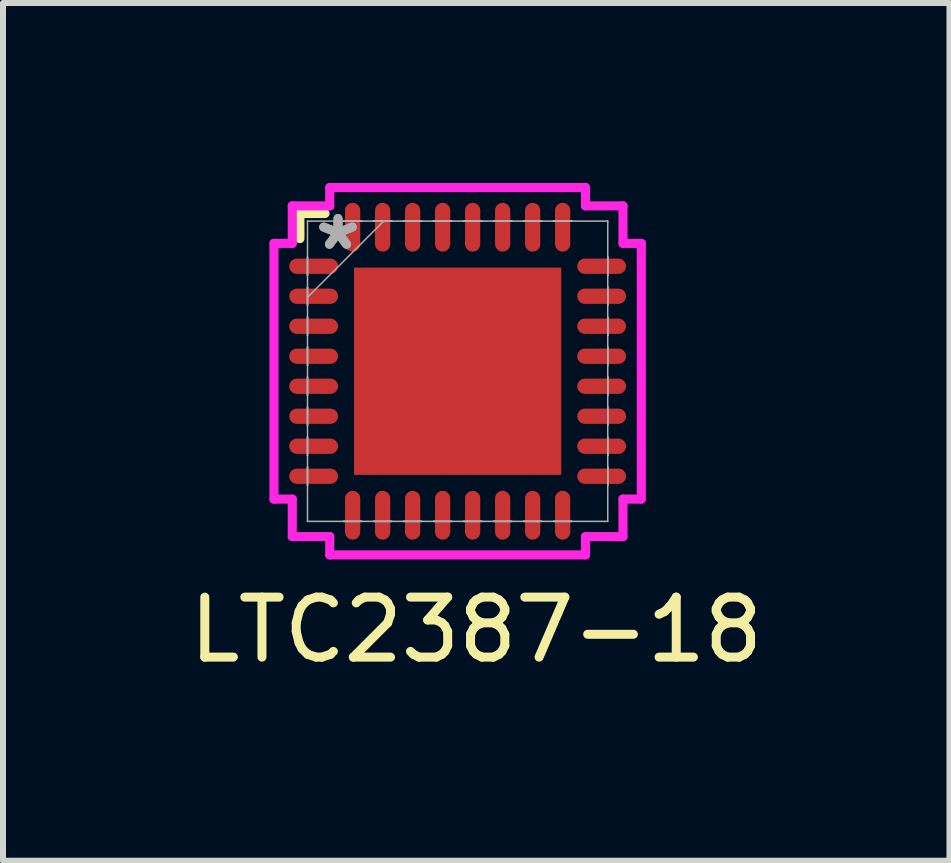
<source format=kicad_pcb>
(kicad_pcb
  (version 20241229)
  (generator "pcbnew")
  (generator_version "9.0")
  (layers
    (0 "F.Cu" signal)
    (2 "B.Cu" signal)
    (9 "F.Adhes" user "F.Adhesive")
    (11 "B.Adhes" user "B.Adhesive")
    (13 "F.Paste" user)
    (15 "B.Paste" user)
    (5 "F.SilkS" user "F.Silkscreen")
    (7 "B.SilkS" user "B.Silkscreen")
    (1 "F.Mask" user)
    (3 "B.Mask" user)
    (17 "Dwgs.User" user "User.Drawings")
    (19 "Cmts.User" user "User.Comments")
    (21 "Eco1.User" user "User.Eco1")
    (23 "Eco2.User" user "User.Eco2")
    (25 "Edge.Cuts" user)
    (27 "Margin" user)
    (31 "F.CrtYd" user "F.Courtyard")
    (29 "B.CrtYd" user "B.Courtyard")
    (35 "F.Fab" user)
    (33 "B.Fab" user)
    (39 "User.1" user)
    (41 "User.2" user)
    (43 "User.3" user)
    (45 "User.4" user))
  (footprint "LTC2387-18"
    (layer "F.Cu")
    (at 4.577 3.137)
    (property "Reference" "LTC2387-18" (at 0.31 4.31 0) (unlocked yes) (layer "F.SilkS") (effects (font (size 1 1) (thickness 0.15))))
    (attr smd)
    (fp_line (start -2.629 -2.629) (end -2.629 -2.21) (stroke (width 0.152) (type solid)) (layer "F.SilkS"))
    (fp_line (start -2.21 -2.629) (end -2.629 -2.629) (stroke (width 0.152) (type solid)) (layer "F.SilkS"))
    (fp_poly (pts (xy -1.627 -1.627) (xy -1.627 -0.1) (xy -0.1 -0.1) (xy -0.1 -1.627)) (stroke (width 0) (type solid)) (fill yes) (layer "F.Paste"))
    (fp_poly (pts (xy -1.627 0.1) (xy -1.627 1.627) (xy -0.1 1.627) (xy -0.1 0.1)) (stroke (width 0) (type solid)) (fill yes) (layer "F.Paste"))
    (fp_poly (pts (xy 0.1 -1.627) (xy 0.1 -0.1) (xy 1.627 -0.1) (xy 1.627 -1.627)) (stroke (width 0) (type solid)) (fill yes) (layer "F.Paste"))
    (fp_poly (pts (xy 0.1 0.1) (xy 0.1 1.627) (xy 1.627 1.627) (xy 1.627 0.1)) (stroke (width 0) (type solid)) (fill yes) (layer "F.Paste"))
    (fp_line (start -3.061 -2.131) (end -2.756 -2.131) (stroke (width 0.152) (type solid)) (layer "F.CrtYd"))
    (fp_line (start -3.061 2.131) (end -3.061 -2.131) (stroke (width 0.152) (type solid)) (layer "F.CrtYd"))
    (fp_line (start -2.756 -2.756) (end -2.131 -2.756) (stroke (width 0.152) (type solid)) (layer "F.CrtYd"))
    (fp_line (start -2.756 -2.131) (end -2.756 -2.756) (stroke (width 0.152) (type solid)) (layer "F.CrtYd"))
    (fp_line (start -2.756 2.131) (end -3.061 2.131) (stroke (width 0.152) (type solid)) (layer "F.CrtYd"))
    (fp_line (start -2.756 2.756) (end -2.756 2.131) (stroke (width 0.152) (type solid)) (layer "F.CrtYd"))
    (fp_line (start -2.131 -3.061) (end 2.131 -3.061) (stroke (width 0.152) (type solid)) (layer "F.CrtYd"))
    (fp_line (start -2.131 -2.756) (end -2.131 -3.061) (stroke (width 0.152) (type solid)) (layer "F.CrtYd"))
    (fp_line (start -2.131 2.756) (end -2.756 2.756) (stroke (width 0.152) (type solid)) (layer "F.CrtYd"))
    (fp_line (start -2.131 3.061) (end -2.131 2.756) (stroke (width 0.152) (type solid)) (layer "F.CrtYd"))
    (fp_line (start 2.131 -3.061) (end 2.131 -2.756) (stroke (width 0.152) (type solid)) (layer "F.CrtYd"))
    (fp_line (start 2.131 -2.756) (end 2.756 -2.756) (stroke (width 0.152) (type solid)) (layer "F.CrtYd"))
    (fp_line (start 2.131 2.756) (end 2.131 3.061) (stroke (width 0.152) (type solid)) (layer "F.CrtYd"))
    (fp_line (start 2.131 3.061) (end -2.131 3.061) (stroke (width 0.152) (type solid)) (layer "F.CrtYd"))
    (fp_line (start 2.756 -2.756) (end 2.756 -2.131) (stroke (width 0.152) (type solid)) (layer "F.CrtYd"))
    (fp_line (start 2.756 -2.131) (end 3.061 -2.131) (stroke (width 0.152) (type solid)) (layer "F.CrtYd"))
    (fp_line (start 2.756 2.131) (end 2.756 2.756) (stroke (width 0.152) (type solid)) (layer "F.CrtYd"))
    (fp_line (start 2.756 2.756) (end 2.131 2.756) (stroke (width 0.152) (type solid)) (layer "F.CrtYd"))
    (fp_line (start 3.061 -2.131) (end 3.061 2.131) (stroke (width 0.152) (type solid)) (layer "F.CrtYd"))
    (fp_line (start 3.061 2.131) (end 2.756 2.131) (stroke (width 0.152) (type solid)) (layer "F.CrtYd"))
    (fp_line (start -2.502 -2.502) (end -2.502 -2.502) (stroke (width 0.025) (type solid)) (layer "F.Fab"))
    (fp_line (start -2.502 -2.502) (end -2.502 2.502) (stroke (width 0.025) (type solid)) (layer "F.Fab"))
    (fp_line (start -2.502 -1.902) (end -2.502 -1.902) (stroke (width 0.025) (type solid)) (layer "F.Fab"))
    (fp_line (start -2.502 -1.902) (end -2.502 -1.598) (stroke (width 0.025) (type solid)) (layer "F.Fab"))
    (fp_line (start -2.502 -1.598) (end -2.502 -1.902) (stroke (width 0.025) (type solid)) (layer "F.Fab"))
    (fp_line (start -2.502 -1.598) (end -2.502 -1.598) (stroke (width 0.025) (type solid)) (layer "F.Fab"))
    (fp_line (start -2.502 -1.402) (end -2.502 -1.402) (stroke (width 0.025) (type solid)) (layer "F.Fab"))
    (fp_line (start -2.502 -1.402) (end -2.502 -1.098) (stroke (width 0.025) (type solid)) (layer "F.Fab"))
    (fp_line (start -2.502 -1.232) (end -1.232 -2.502) (stroke (width 0.025) (type solid)) (layer "F.Fab"))
    (fp_line (start -2.502 -1.098) (end -2.502 -1.402) (stroke (width 0.025) (type solid)) (layer "F.Fab"))
    (fp_line (start -2.502 -1.098) (end -2.502 -1.098) (stroke (width 0.025) (type solid)) (layer "F.Fab"))
    (fp_line (start -2.502 -0.902) (end -2.502 -0.902) (stroke (width 0.025) (type solid)) (layer "F.Fab"))
    (fp_line (start -2.502 -0.902) (end -2.502 -0.598) (stroke (width 0.025) (type solid)) (layer "F.Fab"))
    (fp_line (start -2.502 -0.598) (end -2.502 -0.902) (stroke (width 0.025) (type solid)) (layer "F.Fab"))
    (fp_line (start -2.502 -0.598) (end -2.502 -0.598) (stroke (width 0.025) (type solid)) (layer "F.Fab"))
    (fp_line (start -2.502 -0.402) (end -2.502 -0.402) (stroke (width 0.025) (type solid)) (layer "F.Fab"))
    (fp_line (start -2.502 -0.402) (end -2.502 -0.098) (stroke (width 0.025) (type solid)) (layer "F.Fab"))
    (fp_line (start -2.502 -0.098) (end -2.502 -0.402) (stroke (width 0.025) (type solid)) (layer "F.Fab"))
    (fp_line (start -2.502 -0.098) (end -2.502 -0.098) (stroke (width 0.025) (type solid)) (layer "F.Fab"))
    (fp_line (start -2.502 0.098) (end -2.502 0.098) (stroke (width 0.025) (type solid)) (layer "F.Fab"))
    (fp_line (start -2.502 0.098) (end -2.502 0.402) (stroke (width 0.025) (type solid)) (layer "F.Fab"))
    (fp_line (start -2.502 0.402) (end -2.502 0.098) (stroke (width 0.025) (type solid)) (layer "F.Fab"))
    (fp_line (start -2.502 0.402) (end -2.502 0.402) (stroke (width 0.025) (type solid)) (layer "F.Fab"))
    (fp_line (start -2.502 0.598) (end -2.502 0.598) (stroke (width 0.025) (type solid)) (layer "F.Fab"))
    (fp_line (start -2.502 0.598) (end -2.502 0.902) (stroke (width 0.025) (type solid)) (layer "F.Fab"))
    (fp_line (start -2.502 0.902) (end -2.502 0.598) (stroke (width 0.025) (type solid)) (layer "F.Fab"))
    (fp_line (start -2.502 0.902) (end -2.502 0.902) (stroke (width 0.025) (type solid)) (layer "F.Fab"))
    (fp_line (start -2.502 1.098) (end -2.502 1.098) (stroke (width 0.025) (type solid)) (layer "F.Fab"))
    (fp_line (start -2.502 1.098) (end -2.502 1.402) (stroke (width 0.025) (type solid)) (layer "F.Fab"))
    (fp_line (start -2.502 1.402) (end -2.502 1.098) (stroke (width 0.025) (type solid)) (layer "F.Fab"))
    (fp_line (start -2.502 1.402) (end -2.502 1.402) (stroke (width 0.025) (type solid)) (layer "F.Fab"))
    (fp_line (start -2.502 1.598) (end -2.502 1.598) (stroke (width 0.025) (type solid)) (layer "F.Fab"))
    (fp_line (start -2.502 1.598) (end -2.502 1.902) (stroke (width 0.025) (type solid)) (layer "F.Fab"))
    (fp_line (start -2.502 1.902) (end -2.502 1.598) (stroke (width 0.025) (type solid)) (layer "F.Fab"))
    (fp_line (start -2.502 1.902) (end -2.502 1.902) (stroke (width 0.025) (type solid)) (layer "F.Fab"))
    (fp_line (start -2.502 2.502) (end -2.502 2.502) (stroke (width 0.025) (type solid)) (layer "F.Fab"))
    (fp_line (start -2.502 2.502) (end 2.502 2.502) (stroke (width 0.025) (type solid)) (layer "F.Fab"))
    (fp_line (start -1.902 -2.502) (end -1.902 -2.502) (stroke (width 0.025) (type solid)) (layer "F.Fab"))
    (fp_line (start -1.902 -2.502) (end -1.598 -2.502) (stroke (width 0.025) (type solid)) (layer "F.Fab"))
    (fp_line (start -1.902 2.502) (end -1.902 2.502) (stroke (width 0.025) (type solid)) (layer "F.Fab"))
    (fp_line (start -1.902 2.502) (end -1.598 2.502) (stroke (width 0.025) (type solid)) (layer "F.Fab"))
    (fp_line (start -1.598 -2.502) (end -1.902 -2.502) (stroke (width 0.025) (type solid)) (layer "F.Fab"))
    (fp_line (start -1.598 -2.502) (end -1.598 -2.502) (stroke (width 0.025) (type solid)) (layer "F.Fab"))
    (fp_line (start -1.598 2.502) (end -1.902 2.502) (stroke (width 0.025) (type solid)) (layer "F.Fab"))
    (fp_line (start -1.598 2.502) (end -1.598 2.502) (stroke (width 0.025) (type solid)) (layer "F.Fab"))
    (fp_line (start -1.402 -2.502) (end -1.402 -2.502) (stroke (width 0.025) (type solid)) (layer "F.Fab"))
    (fp_line (start -1.402 -2.502) (end -1.098 -2.502) (stroke (width 0.025) (type solid)) (layer "F.Fab"))
    (fp_line (start -1.402 2.502) (end -1.402 2.502) (stroke (width 0.025) (type solid)) (layer "F.Fab"))
    (fp_line (start -1.402 2.502) (end -1.098 2.502) (stroke (width 0.025) (type solid)) (layer "F.Fab"))
    (fp_line (start -1.098 -2.502) (end -1.402 -2.502) (stroke (width 0.025) (type solid)) (layer "F.Fab"))
    (fp_line (start -1.098 -2.502) (end -1.098 -2.502) (stroke (width 0.025) (type solid)) (layer "F.Fab"))
    (fp_line (start -1.098 2.502) (end -1.402 2.502) (stroke (width 0.025) (type solid)) (layer "F.Fab"))
    (fp_line (start -1.098 2.502) (end -1.098 2.502) (stroke (width 0.025) (type solid)) (layer "F.Fab"))
    (fp_line (start -0.902 -2.502) (end -0.902 -2.502) (stroke (width 0.025) (type solid)) (layer "F.Fab"))
    (fp_line (start -0.902 -2.502) (end -0.598 -2.502) (stroke (width 0.025) (type solid)) (layer "F.Fab"))
    (fp_line (start -0.902 2.502) (end -0.902 2.502) (stroke (width 0.025) (type solid)) (layer "F.Fab"))
    (fp_line (start -0.902 2.502) (end -0.598 2.502) (stroke (width 0.025) (type solid)) (layer "F.Fab"))
    (fp_line (start -0.598 -2.502) (end -0.902 -2.502) (stroke (width 0.025) (type solid)) (layer "F.Fab"))
    (fp_line (start -0.598 -2.502) (end -0.598 -2.502) (stroke (width 0.025) (type solid)) (layer "F.Fab"))
    (fp_line (start -0.598 2.502) (end -0.902 2.502) (stroke (width 0.025) (type solid)) (layer "F.Fab"))
    (fp_line (start -0.598 2.502) (end -0.598 2.502) (stroke (width 0.025) (type solid)) (layer "F.Fab"))
    (fp_line (start -0.402 -2.502) (end -0.402 -2.502) (stroke (width 0.025) (type solid)) (layer "F.Fab"))
    (fp_line (start -0.402 -2.502) (end -0.098 -2.502) (stroke (width 0.025) (type solid)) (layer "F.Fab"))
    (fp_line (start -0.402 2.502) (end -0.402 2.502) (stroke (width 0.025) (type solid)) (layer "F.Fab"))
    (fp_line (start -0.402 2.502) (end -0.098 2.502) (stroke (width 0.025) (type solid)) (layer "F.Fab"))
    (fp_line (start -0.098 -2.502) (end -0.402 -2.502) (stroke (width 0.025) (type solid)) (layer "F.Fab"))
    (fp_line (start -0.098 -2.502) (end -0.098 -2.502) (stroke (width 0.025) (type solid)) (layer "F.Fab"))
    (fp_line (start -0.098 2.502) (end -0.402 2.502) (stroke (width 0.025) (type solid)) (layer "F.Fab"))
    (fp_line (start -0.098 2.502) (end -0.098 2.502) (stroke (width 0.025) (type solid)) (layer "F.Fab"))
    (fp_line (start 0.098 -2.502) (end 0.098 -2.502) (stroke (width 0.025) (type solid)) (layer "F.Fab"))
    (fp_line (start 0.098 -2.502) (end 0.402 -2.502) (stroke (width 0.025) (type solid)) (layer "F.Fab"))
    (fp_line (start 0.098 2.502) (end 0.098 2.502) (stroke (width 0.025) (type solid)) (layer "F.Fab"))
    (fp_line (start 0.098 2.502) (end 0.402 2.502) (stroke (width 0.025) (type solid)) (layer "F.Fab"))
    (fp_line (start 0.402 -2.502) (end 0.098 -2.502) (stroke (width 0.025) (type solid)) (layer "F.Fab"))
    (fp_line (start 0.402 -2.502) (end 0.402 -2.502) (stroke (width 0.025) (type solid)) (layer "F.Fab"))
    (fp_line (start 0.402 2.502) (end 0.098 2.502) (stroke (width 0.025) (type solid)) (layer "F.Fab"))
    (fp_line (start 0.402 2.502) (end 0.402 2.502) (stroke (width 0.025) (type solid)) (layer "F.Fab"))
    (fp_line (start 0.598 -2.502) (end 0.598 -2.502) (stroke (width 0.025) (type solid)) (layer "F.Fab"))
    (fp_line (start 0.598 -2.502) (end 0.902 -2.502) (stroke (width 0.025) (type solid)) (layer "F.Fab"))
    (fp_line (start 0.598 2.502) (end 0.598 2.502) (stroke (width 0.025) (type solid)) (layer "F.Fab"))
    (fp_line (start 0.598 2.502) (end 0.902 2.502) (stroke (width 0.025) (type solid)) (layer "F.Fab"))
    (fp_line (start 0.902 -2.502) (end 0.598 -2.502) (stroke (width 0.025) (type solid)) (layer "F.Fab"))
    (fp_line (start 0.902 -2.502) (end 0.902 -2.502) (stroke (width 0.025) (type solid)) (layer "F.Fab"))
    (fp_line (start 0.902 2.502) (end 0.598 2.502) (stroke (width 0.025) (type solid)) (layer "F.Fab"))
    (fp_line (start 0.902 2.502) (end 0.902 2.502) (stroke (width 0.025) (type solid)) (layer "F.Fab"))
    (fp_line (start 1.098 -2.502) (end 1.098 -2.502) (stroke (width 0.025) (type solid)) (layer "F.Fab"))
    (fp_line (start 1.098 -2.502) (end 1.402 -2.502) (stroke (width 0.025) (type solid)) (layer "F.Fab"))
    (fp_line (start 1.098 2.502) (end 1.098 2.502) (stroke (width 0.025) (type solid)) (layer "F.Fab"))
    (fp_line (start 1.098 2.502) (end 1.402 2.502) (stroke (width 0.025) (type solid)) (layer "F.Fab"))
    (fp_line (start 1.402 -2.502) (end 1.098 -2.502) (stroke (width 0.025) (type solid)) (layer "F.Fab"))
    (fp_line (start 1.402 -2.502) (end 1.402 -2.502) (stroke (width 0.025) (type solid)) (layer "F.Fab"))
    (fp_line (start 1.402 2.502) (end 1.098 2.502) (stroke (width 0.025) (type solid)) (layer "F.Fab"))
    (fp_line (start 1.402 2.502) (end 1.402 2.502) (stroke (width 0.025) (type solid)) (layer "F.Fab"))
    (fp_line (start 1.598 -2.502) (end 1.598 -2.502) (stroke (width 0.025) (type solid)) (layer "F.Fab"))
    (fp_line (start 1.598 -2.502) (end 1.902 -2.502) (stroke (width 0.025) (type solid)) (layer "F.Fab"))
    (fp_line (start 1.598 2.502) (end 1.598 2.502) (stroke (width 0.025) (type solid)) (layer "F.Fab"))
    (fp_line (start 1.598 2.502) (end 1.902 2.502) (stroke (width 0.025) (type solid)) (layer "F.Fab"))
    (fp_line (start 1.902 -2.502) (end 1.598 -2.502) (stroke (width 0.025) (type solid)) (layer "F.Fab"))
    (fp_line (start 1.902 -2.502) (end 1.902 -2.502) (stroke (width 0.025) (type solid)) (layer "F.Fab"))
    (fp_line (start 1.902 2.502) (end 1.598 2.502) (stroke (width 0.025) (type solid)) (layer "F.Fab"))
    (fp_line (start 1.902 2.502) (end 1.902 2.502) (stroke (width 0.025) (type solid)) (layer "F.Fab"))
    (fp_line (start 2.502 -2.502) (end -2.502 -2.502) (stroke (width 0.025) (type solid)) (layer "F.Fab"))
    (fp_line (start 2.502 -2.502) (end 2.502 -2.502) (stroke (width 0.025) (type solid)) (layer "F.Fab"))
    (fp_line (start 2.502 -1.902) (end 2.502 -1.902) (stroke (width 0.025) (type solid)) (layer "F.Fab"))
    (fp_line (start 2.502 -1.902) (end 2.502 -1.598) (stroke (width 0.025) (type solid)) (layer "F.Fab"))
    (fp_line (start 2.502 -1.598) (end 2.502 -1.902) (stroke (width 0.025) (type solid)) (layer "F.Fab"))
    (fp_line (start 2.502 -1.598) (end 2.502 -1.598) (stroke (width 0.025) (type solid)) (layer "F.Fab"))
    (fp_line (start 2.502 -1.402) (end 2.502 -1.402) (stroke (width 0.025) (type solid)) (layer "F.Fab"))
    (fp_line (start 2.502 -1.402) (end 2.502 -1.098) (stroke (width 0.025) (type solid)) (layer "F.Fab"))
    (fp_line (start 2.502 -1.098) (end 2.502 -1.402) (stroke (width 0.025) (type solid)) (layer "F.Fab"))
    (fp_line (start 2.502 -1.098) (end 2.502 -1.098) (stroke (width 0.025) (type solid)) (layer "F.Fab"))
    (fp_line (start 2.502 -0.902) (end 2.502 -0.902) (stroke (width 0.025) (type solid)) (layer "F.Fab"))
    (fp_line (start 2.502 -0.902) (end 2.502 -0.598) (stroke (width 0.025) (type solid)) (layer "F.Fab"))
    (fp_line (start 2.502 -0.598) (end 2.502 -0.902) (stroke (width 0.025) (type solid)) (layer "F.Fab"))
    (fp_line (start 2.502 -0.598) (end 2.502 -0.598) (stroke (width 0.025) (type solid)) (layer "F.Fab"))
    (fp_line (start 2.502 -0.402) (end 2.502 -0.402) (stroke (width 0.025) (type solid)) (layer "F.Fab"))
    (fp_line (start 2.502 -0.402) (end 2.502 -0.098) (stroke (width 0.025) (type solid)) (layer "F.Fab"))
    (fp_line (start 2.502 -0.098) (end 2.502 -0.402) (stroke (width 0.025) (type solid)) (layer "F.Fab"))
    (fp_line (start 2.502 -0.098) (end 2.502 -0.098) (stroke (width 0.025) (type solid)) (layer "F.Fab"))
    (fp_line (start 2.502 0.098) (end 2.502 0.098) (stroke (width 0.025) (type solid)) (layer "F.Fab"))
    (fp_line (start 2.502 0.098) (end 2.502 0.402) (stroke (width 0.025) (type solid)) (layer "F.Fab"))
    (fp_line (start 2.502 0.402) (end 2.502 0.098) (stroke (width 0.025) (type solid)) (layer "F.Fab"))
    (fp_line (start 2.502 0.402) (end 2.502 0.402) (stroke (width 0.025) (type solid)) (layer "F.Fab"))
    (fp_line (start 2.502 0.598) (end 2.502 0.598) (stroke (width 0.025) (type solid)) (layer "F.Fab"))
    (fp_line (start 2.502 0.598) (end 2.502 0.902) (stroke (width 0.025) (type solid)) (layer "F.Fab"))
    (fp_line (start 2.502 0.902) (end 2.502 0.598) (stroke (width 0.025) (type solid)) (layer "F.Fab"))
    (fp_line (start 2.502 0.902) (end 2.502 0.902) (stroke (width 0.025) (type solid)) (layer "F.Fab"))
    (fp_line (start 2.502 1.098) (end 2.502 1.098) (stroke (width 0.025) (type solid)) (layer "F.Fab"))
    (fp_line (start 2.502 1.098) (end 2.502 1.402) (stroke (width 0.025) (type solid)) (layer "F.Fab"))
    (fp_line (start 2.502 1.402) (end 2.502 1.098) (stroke (width 0.025) (type solid)) (layer "F.Fab"))
    (fp_line (start 2.502 1.402) (end 2.502 1.402) (stroke (width 0.025) (type solid)) (layer "F.Fab"))
    (fp_line (start 2.502 1.598) (end 2.502 1.598) (stroke (width 0.025) (type solid)) (layer "F.Fab"))
    (fp_line (start 2.502 1.598) (end 2.502 1.902) (stroke (width 0.025) (type solid)) (layer "F.Fab"))
    (fp_line (start 2.502 1.902) (end 2.502 1.598) (stroke (width 0.025) (type solid)) (layer "F.Fab"))
    (fp_line (start 2.502 1.902) (end 2.502 1.902) (stroke (width 0.025) (type solid)) (layer "F.Fab"))
    (fp_line (start 2.502 2.502) (end 2.502 -2.502) (stroke (width 0.025) (type solid)) (layer "F.Fab"))
    (fp_line (start 2.502 2.502) (end 2.502 2.502) (stroke (width 0.025) (type solid)) (layer "F.Fab"))
    (fp_text user "*" (at -1.994 -2 0) (layer "F.Fab") (effects (font (size 1 1) (thickness 0.15))))
    (fp_text user "*" (at -1.994 -2 0) (unlocked yes) (layer "F.Fab") (effects (font (size 1 1) (thickness 0.15))))
    (pad "1" smd oval (at -2.4 -1.75 90) (size 0.254 0.813) (layers "F.Cu" "F.Mask" "F.Paste"))
    (pad "2" smd oval (at -2.4 -1.25 90) (size 0.254 0.813) (layers "F.Cu" "F.Mask" "F.Paste"))
    (pad "3" smd oval (at -2.4 -0.75 90) (size 0.254 0.813) (layers "F.Cu" "F.Mask" "F.Paste"))
    (pad "4" smd oval (at -2.4 -0.25 90) (size 0.254 0.813) (layers "F.Cu" "F.Mask" "F.Paste"))
    (pad "5" smd oval (at -2.4 0.25 90) (size 0.254 0.813) (layers "F.Cu" "F.Mask" "F.Paste"))
    (pad "6" smd oval (at -2.4 0.75 90) (size 0.254 0.813) (layers "F.Cu" "F.Mask" "F.Paste"))
    (pad "7" smd oval (at -2.4 1.25 90) (size 0.254 0.813) (layers "F.Cu" "F.Mask" "F.Paste"))
    (pad "8" smd oval (at -2.4 1.75 90) (size 0.254 0.813) (layers "F.Cu" "F.Mask" "F.Paste"))
    (pad "9" smd oval (at -1.75 2.4) (size 0.254 0.813) (layers "F.Cu" "F.Mask" "F.Paste"))
    (pad "10" smd oval (at -1.25 2.4) (size 0.254 0.813) (layers "F.Cu" "F.Mask" "F.Paste"))
    (pad "11" smd oval (at -0.75 2.4) (size 0.254 0.813) (layers "F.Cu" "F.Mask" "F.Paste"))
    (pad "12" smd oval (at -0.25 2.4) (size 0.254 0.813) (layers "F.Cu" "F.Mask" "F.Paste"))
    (pad "13" smd oval (at 0.25 2.4) (size 0.254 0.813) (layers "F.Cu" "F.Mask" "F.Paste"))
    (pad "14" smd oval (at 0.75 2.4) (size 0.254 0.813) (layers "F.Cu" "F.Mask" "F.Paste"))
    (pad "15" smd oval (at 1.25 2.4) (size 0.254 0.813) (layers "F.Cu" "F.Mask" "F.Paste"))
    (pad "16" smd oval (at 1.75 2.4) (size 0.254 0.813) (layers "F.Cu" "F.Mask" "F.Paste"))
    (pad "17" smd oval (at 2.4 1.75 90) (size 0.254 0.813) (layers "F.Cu" "F.Mask" "F.Paste"))
    (pad "18" smd oval (at 2.4 1.25 90) (size 0.254 0.813) (layers "F.Cu" "F.Mask" "F.Paste"))
    (pad "19" smd oval (at 2.4 0.75 90) (size 0.254 0.813) (layers "F.Cu" "F.Mask" "F.Paste"))
    (pad "20" smd oval (at 2.4 0.25 90) (size 0.254 0.813) (layers "F.Cu" "F.Mask" "F.Paste"))
    (pad "21" smd oval (at 2.4 -0.25 90) (size 0.254 0.813) (layers "F.Cu" "F.Mask" "F.Paste"))
    (pad "22" smd oval (at 2.4 -0.75 90) (size 0.254 0.813) (layers "F.Cu" "F.Mask" "F.Paste"))
    (pad "23" smd oval (at 2.4 -1.25 90) (size 0.254 0.813) (layers "F.Cu" "F.Mask" "F.Paste"))
    (pad "24" smd oval (at 2.4 -1.75 90) (size 0.254 0.813) (layers "F.Cu" "F.Mask" "F.Paste"))
    (pad "25" smd oval (at 1.75 -2.4) (size 0.254 0.813) (layers "F.Cu" "F.Mask" "F.Paste"))
    (pad "26" smd oval (at 1.25 -2.4) (size 0.254 0.813) (layers "F.Cu" "F.Mask" "F.Paste"))
    (pad "27" smd oval (at 0.75 -2.4) (size 0.254 0.813) (layers "F.Cu" "F.Mask" "F.Paste"))
    (pad "28" smd oval (at 0.25 -2.4) (size 0.254 0.813) (layers "F.Cu" "F.Mask" "F.Paste"))
    (pad "29" smd oval (at -0.25 -2.4) (size 0.254 0.813) (layers "F.Cu" "F.Mask" "F.Paste"))
    (pad "30" smd oval (at -0.75 -2.4) (size 0.254 0.813) (layers "F.Cu" "F.Mask" "F.Paste"))
    (pad "31" smd oval (at -1.25 -2.4) (size 0.254 0.813) (layers "F.Cu" "F.Mask" "F.Paste"))
    (pad "32" smd oval (at -1.75 -2.4) (size 0.254 0.813) (layers "F.Cu" "F.Mask" "F.Paste"))
    (pad "33" smd rect (at 0 0) (size 3.454 3.454) (layers "F.Cu" "F.Mask" "F.Paste")))
  (gr_rect
    (start -3 -3)
    (end 12.774 11.295)
    (stroke (width 0.1) (type default))
    (fill no)
    (layer "Edge.Cuts")))
</source>
